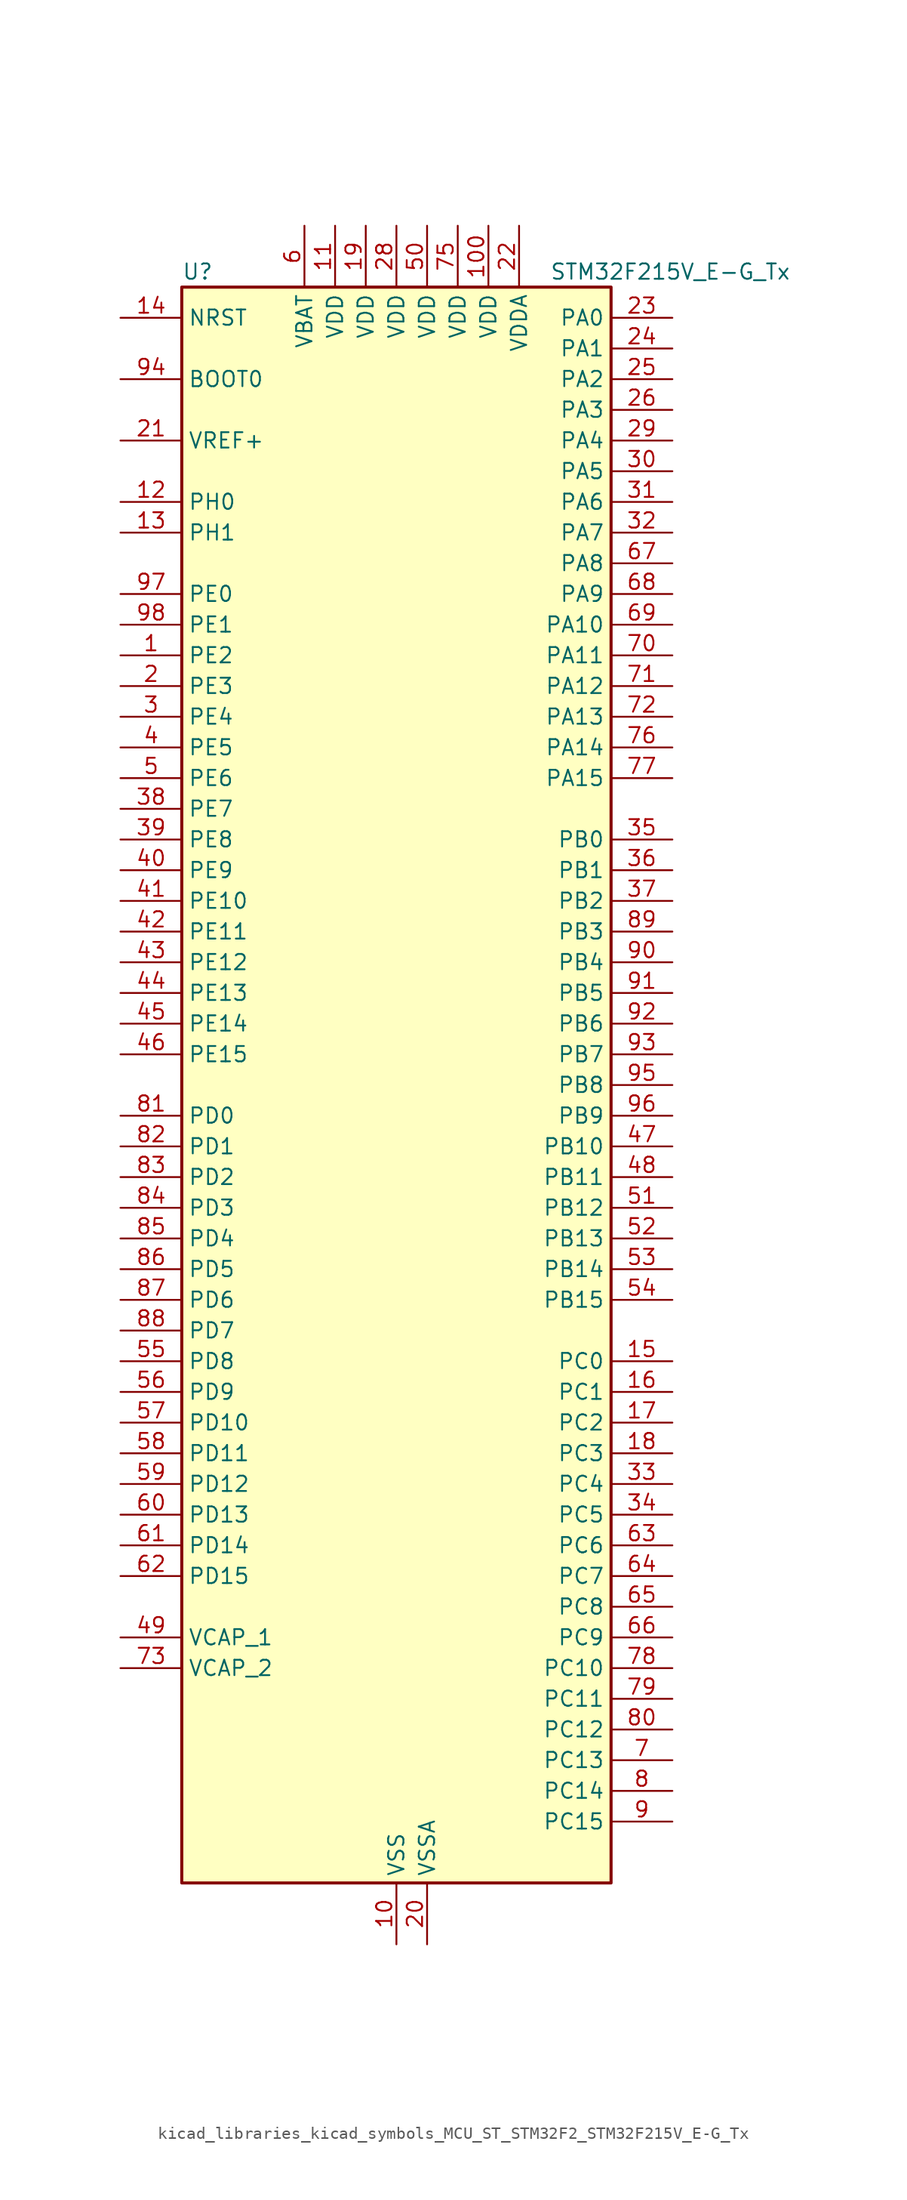
<source format=kicad_sym>
(kicad_symbol_lib
  (version 20220914)
  (generator kicad_symbol_editor)
  (symbol "kicad_libraries_kicad_symbols_MCU_ST_STM32F2_STM32F215V_E-G_Tx"
    (property "Reference" "U"
      (at -17.78 67.31 0)
      (effects (font (size 1.27 1.27)) (justify left)))
    (property "Value" "STM32F215V_E-G_Tx"
      (at 12.7 67.31 0)
      (effects (font (size 1.27 1.27)) (justify left)))
    (property "ki_locked" ""
      (at 0 0 0)
      (effects (font (size 1.27 1.27))))
    (symbol "kicad_libraries_kicad_symbols_MCU_ST_STM32F2_STM32F215V_E-G_Tx_0_1"
      (rectangle (start -17.78 -66.04) (end 17.78 66.04) (stroke (width 0.254) (type default)) (fill (type background))))
    (symbol "kicad_libraries_kicad_symbols_MCU_ST_STM32F2_STM32F215V_E-G_Tx_1_1"
      (pin bidirectional line (at -22.86 35.56 0) (length 5.08) (name "PE2" (effects (font (size 1.27 1.27)))) (number "1" (effects (font (size 1.27 1.27)))) (alternate "FSMC_A23" bidirectional line) (alternate "SYS_TRACECLK" bidirectional line))
      (pin power_in line (at 0 -71.12 90) (length 5.08) (name "VSS" (effects (font (size 1.27 1.27)))) (number "10" (effects (font (size 1.27 1.27)))))
      (pin power_in line (at 7.62 71.12 270) (length 5.08) (name "VDD" (effects (font (size 1.27 1.27)))) (number "100" (effects (font (size 1.27 1.27)))))
      (pin power_in line (at -5.08 71.12 270) (length 5.08) (name "VDD" (effects (font (size 1.27 1.27)))) (number "11" (effects (font (size 1.27 1.27)))))
      (pin bidirectional line (at -22.86 48.26 0) (length 5.08) (name "PH0" (effects (font (size 1.27 1.27)))) (number "12" (effects (font (size 1.27 1.27)))) (alternate "RCC_OSC_IN" bidirectional line))
      (pin bidirectional line (at -22.86 45.72 0) (length 5.08) (name "PH1" (effects (font (size 1.27 1.27)))) (number "13" (effects (font (size 1.27 1.27)))) (alternate "RCC_OSC_OUT" bidirectional line))
      (pin input line (at -22.86 63.5 0) (length 5.08) (name "NRST" (effects (font (size 1.27 1.27)))) (number "14" (effects (font (size 1.27 1.27)))))
      (pin bidirectional line (at 22.86 -22.86 180) (length 5.08) (name "PC0" (effects (font (size 1.27 1.27)))) (number "15" (effects (font (size 1.27 1.27)))) (alternate "ADC1_IN10" bidirectional line) (alternate "ADC2_IN10" bidirectional line) (alternate "ADC3_IN10" bidirectional line) (alternate "USB_OTG_HS_ULPI_STP" bidirectional line))
      (pin bidirectional line (at 22.86 -25.4 180) (length 5.08) (name "PC1" (effects (font (size 1.27 1.27)))) (number "16" (effects (font (size 1.27 1.27)))) (alternate "ADC1_IN11" bidirectional line) (alternate "ADC2_IN11" bidirectional line) (alternate "ADC3_IN11" bidirectional line))
      (pin bidirectional line (at 22.86 -27.94 180) (length 5.08) (name "PC2" (effects (font (size 1.27 1.27)))) (number "17" (effects (font (size 1.27 1.27)))) (alternate "ADC1_IN12" bidirectional line) (alternate "ADC2_IN12" bidirectional line) (alternate "ADC3_IN12" bidirectional line) (alternate "SPI2_MISO" bidirectional line) (alternate "USB_OTG_HS_ULPI_DIR" bidirectional line))
      (pin bidirectional line (at 22.86 -30.48 180) (length 5.08) (name "PC3" (effects (font (size 1.27 1.27)))) (number "18" (effects (font (size 1.27 1.27)))) (alternate "ADC1_IN13" bidirectional line) (alternate "ADC2_IN13" bidirectional line) (alternate "ADC3_IN13" bidirectional line) (alternate "I2S2_SD" bidirectional line) (alternate "SPI2_MOSI" bidirectional line) (alternate "USB_OTG_HS_ULPI_NXT" bidirectional line))
      (pin power_in line (at -2.54 71.12 270) (length 5.08) (name "VDD" (effects (font (size 1.27 1.27)))) (number "19" (effects (font (size 1.27 1.27)))))
      (pin bidirectional line (at -22.86 33.02 0) (length 5.08) (name "PE3" (effects (font (size 1.27 1.27)))) (number "2" (effects (font (size 1.27 1.27)))) (alternate "FSMC_A19" bidirectional line) (alternate "SYS_TRACED0" bidirectional line))
      (pin power_in line (at 2.54 -71.12 90) (length 5.08) (name "VSSA" (effects (font (size 1.27 1.27)))) (number "20" (effects (font (size 1.27 1.27)))))
      (pin input line (at -22.86 53.34 0) (length 5.08) (name "VREF+" (effects (font (size 1.27 1.27)))) (number "21" (effects (font (size 1.27 1.27)))))
      (pin power_in line (at 10.16 71.12 270) (length 5.08) (name "VDDA" (effects (font (size 1.27 1.27)))) (number "22" (effects (font (size 1.27 1.27)))))
      (pin bidirectional line (at 22.86 63.5 180) (length 5.08) (name "PA0" (effects (font (size 1.27 1.27)))) (number "23" (effects (font (size 1.27 1.27)))) (alternate "ADC1_IN0" bidirectional line) (alternate "ADC2_IN0" bidirectional line) (alternate "ADC3_IN0" bidirectional line) (alternate "SYS_WKUP" bidirectional line) (alternate "TIM2_CH1" bidirectional line) (alternate "TIM2_ETR" bidirectional line) (alternate "TIM5_CH1" bidirectional line) (alternate "TIM8_ETR" bidirectional line) (alternate "UART4_TX" bidirectional line) (alternate "USART2_CTS" bidirectional line))
      (pin bidirectional line (at 22.86 60.96 180) (length 5.08) (name "PA1" (effects (font (size 1.27 1.27)))) (number "24" (effects (font (size 1.27 1.27)))) (alternate "ADC1_IN1" bidirectional line) (alternate "ADC2_IN1" bidirectional line) (alternate "ADC3_IN1" bidirectional line) (alternate "TIM2_CH2" bidirectional line) (alternate "TIM5_CH2" bidirectional line) (alternate "UART4_RX" bidirectional line) (alternate "USART2_RTS" bidirectional line))
      (pin bidirectional line (at 22.86 58.42 180) (length 5.08) (name "PA2" (effects (font (size 1.27 1.27)))) (number "25" (effects (font (size 1.27 1.27)))) (alternate "ADC1_IN2" bidirectional line) (alternate "ADC2_IN2" bidirectional line) (alternate "ADC3_IN2" bidirectional line) (alternate "TIM2_CH3" bidirectional line) (alternate "TIM5_CH3" bidirectional line) (alternate "TIM9_CH1" bidirectional line) (alternate "USART2_TX" bidirectional line))
      (pin bidirectional line (at 22.86 55.88 180) (length 5.08) (name "PA3" (effects (font (size 1.27 1.27)))) (number "26" (effects (font (size 1.27 1.27)))) (alternate "ADC1_IN3" bidirectional line) (alternate "ADC2_IN3" bidirectional line) (alternate "ADC3_IN3" bidirectional line) (alternate "TIM2_CH4" bidirectional line) (alternate "TIM5_CH4" bidirectional line) (alternate "TIM9_CH2" bidirectional line) (alternate "USART2_RX" bidirectional line) (alternate "USB_OTG_HS_ULPI_D0" bidirectional line))
      (pin passive line (at 0 -71.12 90) (length 5.08) hide (name "VSS" (effects (font (size 1.27 1.27)))) (number "27" (effects (font (size 1.27 1.27)))))
      (pin power_in line (at 0 71.12 270) (length 5.08) (name "VDD" (effects (font (size 1.27 1.27)))) (number "28" (effects (font (size 1.27 1.27)))))
      (pin bidirectional line (at 22.86 53.34 180) (length 5.08) (name "PA4" (effects (font (size 1.27 1.27)))) (number "29" (effects (font (size 1.27 1.27)))) (alternate "ADC1_IN4" bidirectional line) (alternate "ADC2_IN4" bidirectional line) (alternate "DAC_OUT1" bidirectional line) (alternate "I2S3_WS" bidirectional line) (alternate "SPI1_NSS" bidirectional line) (alternate "SPI3_NSS" bidirectional line) (alternate "USART2_CK" bidirectional line) (alternate "USB_OTG_HS_SOF" bidirectional line))
      (pin bidirectional line (at -22.86 30.48 0) (length 5.08) (name "PE4" (effects (font (size 1.27 1.27)))) (number "3" (effects (font (size 1.27 1.27)))) (alternate "FSMC_A20" bidirectional line) (alternate "SYS_TRACED1" bidirectional line))
      (pin bidirectional line (at 22.86 50.8 180) (length 5.08) (name "PA5" (effects (font (size 1.27 1.27)))) (number "30" (effects (font (size 1.27 1.27)))) (alternate "ADC1_IN5" bidirectional line) (alternate "ADC2_IN5" bidirectional line) (alternate "DAC_OUT2" bidirectional line) (alternate "SPI1_SCK" bidirectional line) (alternate "TIM2_CH1" bidirectional line) (alternate "TIM2_ETR" bidirectional line) (alternate "TIM8_CH1N" bidirectional line) (alternate "USB_OTG_HS_ULPI_CK" bidirectional line))
      (pin bidirectional line (at 22.86 48.26 180) (length 5.08) (name "PA6" (effects (font (size 1.27 1.27)))) (number "31" (effects (font (size 1.27 1.27)))) (alternate "ADC1_IN6" bidirectional line) (alternate "ADC2_IN6" bidirectional line) (alternate "SPI1_MISO" bidirectional line) (alternate "TIM13_CH1" bidirectional line) (alternate "TIM1_BKIN" bidirectional line) (alternate "TIM3_CH1" bidirectional line) (alternate "TIM8_BKIN" bidirectional line))
      (pin bidirectional line (at 22.86 45.72 180) (length 5.08) (name "PA7" (effects (font (size 1.27 1.27)))) (number "32" (effects (font (size 1.27 1.27)))) (alternate "ADC1_IN7" bidirectional line) (alternate "ADC2_IN7" bidirectional line) (alternate "SPI1_MOSI" bidirectional line) (alternate "TIM14_CH1" bidirectional line) (alternate "TIM1_CH1N" bidirectional line) (alternate "TIM3_CH2" bidirectional line) (alternate "TIM8_CH1N" bidirectional line))
      (pin bidirectional line (at 22.86 -33.02 180) (length 5.08) (name "PC4" (effects (font (size 1.27 1.27)))) (number "33" (effects (font (size 1.27 1.27)))) (alternate "ADC1_IN14" bidirectional line) (alternate "ADC2_IN14" bidirectional line))
      (pin bidirectional line (at 22.86 -35.56 180) (length 5.08) (name "PC5" (effects (font (size 1.27 1.27)))) (number "34" (effects (font (size 1.27 1.27)))) (alternate "ADC1_IN15" bidirectional line) (alternate "ADC2_IN15" bidirectional line))
      (pin bidirectional line (at 22.86 20.32 180) (length 5.08) (name "PB0" (effects (font (size 1.27 1.27)))) (number "35" (effects (font (size 1.27 1.27)))) (alternate "ADC1_IN8" bidirectional line) (alternate "ADC2_IN8" bidirectional line) (alternate "TIM1_CH2N" bidirectional line) (alternate "TIM3_CH3" bidirectional line) (alternate "TIM8_CH2N" bidirectional line) (alternate "USB_OTG_HS_ULPI_D1" bidirectional line))
      (pin bidirectional line (at 22.86 17.78 180) (length 5.08) (name "PB1" (effects (font (size 1.27 1.27)))) (number "36" (effects (font (size 1.27 1.27)))) (alternate "ADC1_IN9" bidirectional line) (alternate "ADC2_IN9" bidirectional line) (alternate "TIM1_CH3N" bidirectional line) (alternate "TIM3_CH4" bidirectional line) (alternate "TIM8_CH3N" bidirectional line) (alternate "USB_OTG_HS_ULPI_D2" bidirectional line))
      (pin bidirectional line (at 22.86 15.24 180) (length 5.08) (name "PB2" (effects (font (size 1.27 1.27)))) (number "37" (effects (font (size 1.27 1.27)))))
      (pin bidirectional line (at -22.86 22.86 0) (length 5.08) (name "PE7" (effects (font (size 1.27 1.27)))) (number "38" (effects (font (size 1.27 1.27)))) (alternate "FSMC_D4" bidirectional line) (alternate "FSMC_DA4" bidirectional line) (alternate "TIM1_ETR" bidirectional line))
      (pin bidirectional line (at -22.86 20.32 0) (length 5.08) (name "PE8" (effects (font (size 1.27 1.27)))) (number "39" (effects (font (size 1.27 1.27)))) (alternate "FSMC_D5" bidirectional line) (alternate "FSMC_DA5" bidirectional line) (alternate "TIM1_CH1N" bidirectional line))
      (pin bidirectional line (at -22.86 27.94 0) (length 5.08) (name "PE5" (effects (font (size 1.27 1.27)))) (number "4" (effects (font (size 1.27 1.27)))) (alternate "FSMC_A21" bidirectional line) (alternate "SYS_TRACED2" bidirectional line) (alternate "TIM9_CH1" bidirectional line))
      (pin bidirectional line (at -22.86 17.78 0) (length 5.08) (name "PE9" (effects (font (size 1.27 1.27)))) (number "40" (effects (font (size 1.27 1.27)))) (alternate "DAC_EXTI9" bidirectional line) (alternate "FSMC_D6" bidirectional line) (alternate "FSMC_DA6" bidirectional line) (alternate "TIM1_CH1" bidirectional line))
      (pin bidirectional line (at -22.86 15.24 0) (length 5.08) (name "PE10" (effects (font (size 1.27 1.27)))) (number "41" (effects (font (size 1.27 1.27)))) (alternate "FSMC_D7" bidirectional line) (alternate "FSMC_DA7" bidirectional line) (alternate "TIM1_CH2N" bidirectional line))
      (pin bidirectional line (at -22.86 12.7 0) (length 5.08) (name "PE11" (effects (font (size 1.27 1.27)))) (number "42" (effects (font (size 1.27 1.27)))) (alternate "ADC1_EXTI11" bidirectional line) (alternate "ADC2_EXTI11" bidirectional line) (alternate "ADC3_EXTI11" bidirectional line) (alternate "FSMC_D8" bidirectional line) (alternate "FSMC_DA8" bidirectional line) (alternate "TIM1_CH2" bidirectional line))
      (pin bidirectional line (at -22.86 10.16 0) (length 5.08) (name "PE12" (effects (font (size 1.27 1.27)))) (number "43" (effects (font (size 1.27 1.27)))) (alternate "FSMC_D9" bidirectional line) (alternate "FSMC_DA9" bidirectional line) (alternate "TIM1_CH3N" bidirectional line))
      (pin bidirectional line (at -22.86 7.62 0) (length 5.08) (name "PE13" (effects (font (size 1.27 1.27)))) (number "44" (effects (font (size 1.27 1.27)))) (alternate "FSMC_D10" bidirectional line) (alternate "FSMC_DA10" bidirectional line) (alternate "TIM1_CH3" bidirectional line))
      (pin bidirectional line (at -22.86 5.08 0) (length 5.08) (name "PE14" (effects (font (size 1.27 1.27)))) (number "45" (effects (font (size 1.27 1.27)))) (alternate "FSMC_D11" bidirectional line) (alternate "FSMC_DA11" bidirectional line) (alternate "TIM1_CH4" bidirectional line))
      (pin bidirectional line (at -22.86 2.54 0) (length 5.08) (name "PE15" (effects (font (size 1.27 1.27)))) (number "46" (effects (font (size 1.27 1.27)))) (alternate "ADC1_EXTI15" bidirectional line) (alternate "ADC2_EXTI15" bidirectional line) (alternate "ADC3_EXTI15" bidirectional line) (alternate "FSMC_D12" bidirectional line) (alternate "FSMC_DA12" bidirectional line) (alternate "TIM1_BKIN" bidirectional line))
      (pin bidirectional line (at 22.86 -5.08 180) (length 5.08) (name "PB10" (effects (font (size 1.27 1.27)))) (number "47" (effects (font (size 1.27 1.27)))) (alternate "I2C2_SCL" bidirectional line) (alternate "I2S2_SCK" bidirectional line) (alternate "SPI2_SCK" bidirectional line) (alternate "TIM2_CH3" bidirectional line) (alternate "USART3_TX" bidirectional line) (alternate "USB_OTG_HS_ULPI_D3" bidirectional line))
      (pin bidirectional line (at 22.86 -7.62 180) (length 5.08) (name "PB11" (effects (font (size 1.27 1.27)))) (number "48" (effects (font (size 1.27 1.27)))) (alternate "ADC1_EXTI11" bidirectional line) (alternate "ADC2_EXTI11" bidirectional line) (alternate "ADC3_EXTI11" bidirectional line) (alternate "I2C2_SDA" bidirectional line) (alternate "TIM2_CH4" bidirectional line) (alternate "USART3_RX" bidirectional line) (alternate "USB_OTG_HS_ULPI_D4" bidirectional line))
      (pin power_out line (at -22.86 -45.72 0) (length 5.08) (name "VCAP_1" (effects (font (size 1.27 1.27)))) (number "49" (effects (font (size 1.27 1.27)))))
      (pin bidirectional line (at -22.86 25.4 0) (length 5.08) (name "PE6" (effects (font (size 1.27 1.27)))) (number "5" (effects (font (size 1.27 1.27)))) (alternate "FSMC_A22" bidirectional line) (alternate "SYS_TRACED3" bidirectional line) (alternate "TIM9_CH2" bidirectional line))
      (pin power_in line (at 2.54 71.12 270) (length 5.08) (name "VDD" (effects (font (size 1.27 1.27)))) (number "50" (effects (font (size 1.27 1.27)))))
      (pin bidirectional line (at 22.86 -10.16 180) (length 5.08) (name "PB12" (effects (font (size 1.27 1.27)))) (number "51" (effects (font (size 1.27 1.27)))) (alternate "CAN2_RX" bidirectional line) (alternate "I2C2_SMBA" bidirectional line) (alternate "I2S2_WS" bidirectional line) (alternate "SPI2_NSS" bidirectional line) (alternate "TIM1_BKIN" bidirectional line) (alternate "USART3_CK" bidirectional line) (alternate "USB_OTG_HS_ID" bidirectional line) (alternate "USB_OTG_HS_ULPI_D5" bidirectional line))
      (pin bidirectional line (at 22.86 -12.7 180) (length 5.08) (name "PB13" (effects (font (size 1.27 1.27)))) (number "52" (effects (font (size 1.27 1.27)))) (alternate "CAN2_TX" bidirectional line) (alternate "I2S2_SCK" bidirectional line) (alternate "SPI2_SCK" bidirectional line) (alternate "TIM1_CH1N" bidirectional line) (alternate "USART3_CTS" bidirectional line) (alternate "USB_OTG_HS_ULPI_D6" bidirectional line) (alternate "USB_OTG_HS_VBUS" bidirectional line))
      (pin bidirectional line (at 22.86 -15.24 180) (length 5.08) (name "PB14" (effects (font (size 1.27 1.27)))) (number "53" (effects (font (size 1.27 1.27)))) (alternate "SPI2_MISO" bidirectional line) (alternate "TIM12_CH1" bidirectional line) (alternate "TIM1_CH2N" bidirectional line) (alternate "TIM8_CH2N" bidirectional line) (alternate "USART3_RTS" bidirectional line) (alternate "USB_OTG_HS_DM" bidirectional line))
      (pin bidirectional line (at 22.86 -17.78 180) (length 5.08) (name "PB15" (effects (font (size 1.27 1.27)))) (number "54" (effects (font (size 1.27 1.27)))) (alternate "ADC1_EXTI15" bidirectional line) (alternate "ADC2_EXTI15" bidirectional line) (alternate "ADC3_EXTI15" bidirectional line) (alternate "I2S2_SD" bidirectional line) (alternate "RTC_REFIN" bidirectional line) (alternate "SPI2_MOSI" bidirectional line) (alternate "TIM12_CH2" bidirectional line) (alternate "TIM1_CH3N" bidirectional line) (alternate "TIM8_CH3N" bidirectional line) (alternate "USB_OTG_HS_DP" bidirectional line))
      (pin bidirectional line (at -22.86 -22.86 0) (length 5.08) (name "PD8" (effects (font (size 1.27 1.27)))) (number "55" (effects (font (size 1.27 1.27)))) (alternate "FSMC_D13" bidirectional line) (alternate "FSMC_DA13" bidirectional line) (alternate "USART3_TX" bidirectional line))
      (pin bidirectional line (at -22.86 -25.4 0) (length 5.08) (name "PD9" (effects (font (size 1.27 1.27)))) (number "56" (effects (font (size 1.27 1.27)))) (alternate "DAC_EXTI9" bidirectional line) (alternate "FSMC_D14" bidirectional line) (alternate "FSMC_DA14" bidirectional line) (alternate "USART3_RX" bidirectional line))
      (pin bidirectional line (at -22.86 -27.94 0) (length 5.08) (name "PD10" (effects (font (size 1.27 1.27)))) (number "57" (effects (font (size 1.27 1.27)))) (alternate "FSMC_D15" bidirectional line) (alternate "FSMC_DA15" bidirectional line) (alternate "USART3_CK" bidirectional line))
      (pin bidirectional line (at -22.86 -30.48 0) (length 5.08) (name "PD11" (effects (font (size 1.27 1.27)))) (number "58" (effects (font (size 1.27 1.27)))) (alternate "ADC1_EXTI11" bidirectional line) (alternate "ADC2_EXTI11" bidirectional line) (alternate "ADC3_EXTI11" bidirectional line) (alternate "FSMC_A16" bidirectional line) (alternate "FSMC_CLE" bidirectional line) (alternate "USART3_CTS" bidirectional line))
      (pin bidirectional line (at -22.86 -33.02 0) (length 5.08) (name "PD12" (effects (font (size 1.27 1.27)))) (number "59" (effects (font (size 1.27 1.27)))) (alternate "FSMC_A17" bidirectional line) (alternate "FSMC_ALE" bidirectional line) (alternate "TIM4_CH1" bidirectional line) (alternate "USART3_RTS" bidirectional line))
      (pin power_in line (at -7.62 71.12 270) (length 5.08) (name "VBAT" (effects (font (size 1.27 1.27)))) (number "6" (effects (font (size 1.27 1.27)))))
      (pin bidirectional line (at -22.86 -35.56 0) (length 5.08) (name "PD13" (effects (font (size 1.27 1.27)))) (number "60" (effects (font (size 1.27 1.27)))) (alternate "FSMC_A18" bidirectional line) (alternate "TIM4_CH2" bidirectional line))
      (pin bidirectional line (at -22.86 -38.1 0) (length 5.08) (name "PD14" (effects (font (size 1.27 1.27)))) (number "61" (effects (font (size 1.27 1.27)))) (alternate "FSMC_D0" bidirectional line) (alternate "FSMC_DA0" bidirectional line) (alternate "TIM4_CH3" bidirectional line))
      (pin bidirectional line (at -22.86 -40.64 0) (length 5.08) (name "PD15" (effects (font (size 1.27 1.27)))) (number "62" (effects (font (size 1.27 1.27)))) (alternate "ADC1_EXTI15" bidirectional line) (alternate "ADC2_EXTI15" bidirectional line) (alternate "ADC3_EXTI15" bidirectional line) (alternate "FSMC_D1" bidirectional line) (alternate "FSMC_DA1" bidirectional line) (alternate "TIM4_CH4" bidirectional line))
      (pin bidirectional line (at 22.86 -38.1 180) (length 5.08) (name "PC6" (effects (font (size 1.27 1.27)))) (number "63" (effects (font (size 1.27 1.27)))) (alternate "I2S2_MCK" bidirectional line) (alternate "SDIO_D6" bidirectional line) (alternate "TIM3_CH1" bidirectional line) (alternate "TIM8_CH1" bidirectional line) (alternate "USART6_TX" bidirectional line))
      (pin bidirectional line (at 22.86 -40.64 180) (length 5.08) (name "PC7" (effects (font (size 1.27 1.27)))) (number "64" (effects (font (size 1.27 1.27)))) (alternate "I2S3_MCK" bidirectional line) (alternate "SDIO_D7" bidirectional line) (alternate "TIM3_CH2" bidirectional line) (alternate "TIM8_CH2" bidirectional line) (alternate "USART6_RX" bidirectional line))
      (pin bidirectional line (at 22.86 -43.18 180) (length 5.08) (name "PC8" (effects (font (size 1.27 1.27)))) (number "65" (effects (font (size 1.27 1.27)))) (alternate "SDIO_D0" bidirectional line) (alternate "TIM3_CH3" bidirectional line) (alternate "TIM8_CH3" bidirectional line) (alternate "USART6_CK" bidirectional line))
      (pin bidirectional line (at 22.86 -45.72 180) (length 5.08) (name "PC9" (effects (font (size 1.27 1.27)))) (number "66" (effects (font (size 1.27 1.27)))) (alternate "DAC_EXTI9" bidirectional line) (alternate "I2C3_SDA" bidirectional line) (alternate "I2S_CKIN" bidirectional line) (alternate "RCC_MCO_2" bidirectional line) (alternate "SDIO_D1" bidirectional line) (alternate "TIM3_CH4" bidirectional line) (alternate "TIM8_CH4" bidirectional line))
      (pin bidirectional line (at 22.86 43.18 180) (length 5.08) (name "PA8" (effects (font (size 1.27 1.27)))) (number "67" (effects (font (size 1.27 1.27)))) (alternate "I2C3_SCL" bidirectional line) (alternate "RCC_MCO_1" bidirectional line) (alternate "TIM1_CH1" bidirectional line) (alternate "USART1_CK" bidirectional line) (alternate "USB_OTG_FS_SOF" bidirectional line))
      (pin bidirectional line (at 22.86 40.64 180) (length 5.08) (name "PA9" (effects (font (size 1.27 1.27)))) (number "68" (effects (font (size 1.27 1.27)))) (alternate "DAC_EXTI9" bidirectional line) (alternate "I2C3_SMBA" bidirectional line) (alternate "TIM1_CH2" bidirectional line) (alternate "USART1_TX" bidirectional line) (alternate "USB_OTG_FS_VBUS" bidirectional line))
      (pin bidirectional line (at 22.86 38.1 180) (length 5.08) (name "PA10" (effects (font (size 1.27 1.27)))) (number "69" (effects (font (size 1.27 1.27)))) (alternate "TIM1_CH3" bidirectional line) (alternate "USART1_RX" bidirectional line) (alternate "USB_OTG_FS_ID" bidirectional line))
      (pin bidirectional line (at 22.86 -55.88 180) (length 5.08) (name "PC13" (effects (font (size 1.27 1.27)))) (number "7" (effects (font (size 1.27 1.27)))) (alternate "RTC_AF1" bidirectional line))
      (pin bidirectional line (at 22.86 35.56 180) (length 5.08) (name "PA11" (effects (font (size 1.27 1.27)))) (number "70" (effects (font (size 1.27 1.27)))) (alternate "ADC1_EXTI11" bidirectional line) (alternate "ADC2_EXTI11" bidirectional line) (alternate "ADC3_EXTI11" bidirectional line) (alternate "CAN1_RX" bidirectional line) (alternate "TIM1_CH4" bidirectional line) (alternate "USART1_CTS" bidirectional line) (alternate "USB_OTG_FS_DM" bidirectional line))
      (pin bidirectional line (at 22.86 33.02 180) (length 5.08) (name "PA12" (effects (font (size 1.27 1.27)))) (number "71" (effects (font (size 1.27 1.27)))) (alternate "CAN1_TX" bidirectional line) (alternate "TIM1_ETR" bidirectional line) (alternate "USART1_RTS" bidirectional line) (alternate "USB_OTG_FS_DP" bidirectional line))
      (pin bidirectional line (at 22.86 30.48 180) (length 5.08) (name "PA13" (effects (font (size 1.27 1.27)))) (number "72" (effects (font (size 1.27 1.27)))) (alternate "SYS_JTMS-SWDIO" bidirectional line))
      (pin power_out line (at -22.86 -48.26 0) (length 5.08) (name "VCAP_2" (effects (font (size 1.27 1.27)))) (number "73" (effects (font (size 1.27 1.27)))))
      (pin passive line (at 0 -71.12 90) (length 5.08) hide (name "VSS" (effects (font (size 1.27 1.27)))) (number "74" (effects (font (size 1.27 1.27)))))
      (pin power_in line (at 5.08 71.12 270) (length 5.08) (name "VDD" (effects (font (size 1.27 1.27)))) (number "75" (effects (font (size 1.27 1.27)))))
      (pin bidirectional line (at 22.86 27.94 180) (length 5.08) (name "PA14" (effects (font (size 1.27 1.27)))) (number "76" (effects (font (size 1.27 1.27)))) (alternate "SYS_JTCK-SWCLK" bidirectional line))
      (pin bidirectional line (at 22.86 25.4 180) (length 5.08) (name "PA15" (effects (font (size 1.27 1.27)))) (number "77" (effects (font (size 1.27 1.27)))) (alternate "ADC1_EXTI15" bidirectional line) (alternate "ADC2_EXTI15" bidirectional line) (alternate "ADC3_EXTI15" bidirectional line) (alternate "I2S3_WS" bidirectional line) (alternate "SPI1_NSS" bidirectional line) (alternate "SPI3_NSS" bidirectional line) (alternate "SYS_JTDI" bidirectional line) (alternate "TIM2_CH1" bidirectional line) (alternate "TIM2_ETR" bidirectional line))
      (pin bidirectional line (at 22.86 -48.26 180) (length 5.08) (name "PC10" (effects (font (size 1.27 1.27)))) (number "78" (effects (font (size 1.27 1.27)))) (alternate "I2S3_SCK" bidirectional line) (alternate "SDIO_D2" bidirectional line) (alternate "SPI3_SCK" bidirectional line) (alternate "UART4_TX" bidirectional line) (alternate "USART3_TX" bidirectional line))
      (pin bidirectional line (at 22.86 -50.8 180) (length 5.08) (name "PC11" (effects (font (size 1.27 1.27)))) (number "79" (effects (font (size 1.27 1.27)))) (alternate "ADC1_EXTI11" bidirectional line) (alternate "ADC2_EXTI11" bidirectional line) (alternate "ADC3_EXTI11" bidirectional line) (alternate "SDIO_D3" bidirectional line) (alternate "SPI3_MISO" bidirectional line) (alternate "UART4_RX" bidirectional line) (alternate "USART3_RX" bidirectional line))
      (pin bidirectional line (at 22.86 -58.42 180) (length 5.08) (name "PC14" (effects (font (size 1.27 1.27)))) (number "8" (effects (font (size 1.27 1.27)))) (alternate "RCC_OSC32_IN" bidirectional line))
      (pin bidirectional line (at 22.86 -53.34 180) (length 5.08) (name "PC12" (effects (font (size 1.27 1.27)))) (number "80" (effects (font (size 1.27 1.27)))) (alternate "I2S3_SD" bidirectional line) (alternate "SDIO_CK" bidirectional line) (alternate "SPI3_MOSI" bidirectional line) (alternate "UART5_TX" bidirectional line) (alternate "USART3_CK" bidirectional line))
      (pin bidirectional line (at -22.86 -2.54 0) (length 5.08) (name "PD0" (effects (font (size 1.27 1.27)))) (number "81" (effects (font (size 1.27 1.27)))) (alternate "CAN1_RX" bidirectional line) (alternate "FSMC_D2" bidirectional line) (alternate "FSMC_DA2" bidirectional line))
      (pin bidirectional line (at -22.86 -5.08 0) (length 5.08) (name "PD1" (effects (font (size 1.27 1.27)))) (number "82" (effects (font (size 1.27 1.27)))) (alternate "CAN1_TX" bidirectional line) (alternate "FSMC_D3" bidirectional line) (alternate "FSMC_DA3" bidirectional line))
      (pin bidirectional line (at -22.86 -7.62 0) (length 5.08) (name "PD2" (effects (font (size 1.27 1.27)))) (number "83" (effects (font (size 1.27 1.27)))) (alternate "SDIO_CMD" bidirectional line) (alternate "TIM3_ETR" bidirectional line) (alternate "UART5_RX" bidirectional line))
      (pin bidirectional line (at -22.86 -10.16 0) (length 5.08) (name "PD3" (effects (font (size 1.27 1.27)))) (number "84" (effects (font (size 1.27 1.27)))) (alternate "FSMC_CLK" bidirectional line) (alternate "USART2_CTS" bidirectional line))
      (pin bidirectional line (at -22.86 -12.7 0) (length 5.08) (name "PD4" (effects (font (size 1.27 1.27)))) (number "85" (effects (font (size 1.27 1.27)))) (alternate "FSMC_NOE" bidirectional line) (alternate "USART2_RTS" bidirectional line))
      (pin bidirectional line (at -22.86 -15.24 0) (length 5.08) (name "PD5" (effects (font (size 1.27 1.27)))) (number "86" (effects (font (size 1.27 1.27)))) (alternate "FSMC_NWE" bidirectional line) (alternate "USART2_TX" bidirectional line))
      (pin bidirectional line (at -22.86 -17.78 0) (length 5.08) (name "PD6" (effects (font (size 1.27 1.27)))) (number "87" (effects (font (size 1.27 1.27)))) (alternate "FSMC_NWAIT" bidirectional line) (alternate "USART2_RX" bidirectional line))
      (pin bidirectional line (at -22.86 -20.32 0) (length 5.08) (name "PD7" (effects (font (size 1.27 1.27)))) (number "88" (effects (font (size 1.27 1.27)))) (alternate "FSMC_NCE2" bidirectional line) (alternate "FSMC_NE1" bidirectional line) (alternate "USART2_CK" bidirectional line))
      (pin bidirectional line (at 22.86 12.7 180) (length 5.08) (name "PB3" (effects (font (size 1.27 1.27)))) (number "89" (effects (font (size 1.27 1.27)))) (alternate "I2S3_SCK" bidirectional line) (alternate "SPI1_SCK" bidirectional line) (alternate "SPI3_SCK" bidirectional line) (alternate "SYS_JTDO-SWO" bidirectional line) (alternate "TIM2_CH2" bidirectional line))
      (pin bidirectional line (at 22.86 -60.96 180) (length 5.08) (name "PC15" (effects (font (size 1.27 1.27)))) (number "9" (effects (font (size 1.27 1.27)))) (alternate "ADC1_EXTI15" bidirectional line) (alternate "ADC2_EXTI15" bidirectional line) (alternate "ADC3_EXTI15" bidirectional line) (alternate "RCC_OSC32_OUT" bidirectional line))
      (pin bidirectional line (at 22.86 10.16 180) (length 5.08) (name "PB4" (effects (font (size 1.27 1.27)))) (number "90" (effects (font (size 1.27 1.27)))) (alternate "SPI1_MISO" bidirectional line) (alternate "SPI3_MISO" bidirectional line) (alternate "SYS_JTRST" bidirectional line) (alternate "TIM3_CH1" bidirectional line))
      (pin bidirectional line (at 22.86 7.62 180) (length 5.08) (name "PB5" (effects (font (size 1.27 1.27)))) (number "91" (effects (font (size 1.27 1.27)))) (alternate "CAN2_RX" bidirectional line) (alternate "I2C1_SMBA" bidirectional line) (alternate "I2S3_SD" bidirectional line) (alternate "SPI1_MOSI" bidirectional line) (alternate "SPI3_MOSI" bidirectional line) (alternate "TIM3_CH2" bidirectional line) (alternate "USB_OTG_HS_ULPI_D7" bidirectional line))
      (pin bidirectional line (at 22.86 5.08 180) (length 5.08) (name "PB6" (effects (font (size 1.27 1.27)))) (number "92" (effects (font (size 1.27 1.27)))) (alternate "CAN2_TX" bidirectional line) (alternate "I2C1_SCL" bidirectional line) (alternate "TIM4_CH1" bidirectional line) (alternate "USART1_TX" bidirectional line))
      (pin bidirectional line (at 22.86 2.54 180) (length 5.08) (name "PB7" (effects (font (size 1.27 1.27)))) (number "93" (effects (font (size 1.27 1.27)))) (alternate "FSMC_NL" bidirectional line) (alternate "I2C1_SDA" bidirectional line) (alternate "TIM4_CH2" bidirectional line) (alternate "USART1_RX" bidirectional line))
      (pin input line (at -22.86 58.42 0) (length 5.08) (name "BOOT0" (effects (font (size 1.27 1.27)))) (number "94" (effects (font (size 1.27 1.27)))))
      (pin bidirectional line (at 22.86 0 180) (length 5.08) (name "PB8" (effects (font (size 1.27 1.27)))) (number "95" (effects (font (size 1.27 1.27)))) (alternate "CAN1_RX" bidirectional line) (alternate "I2C1_SCL" bidirectional line) (alternate "SDIO_D4" bidirectional line) (alternate "TIM10_CH1" bidirectional line) (alternate "TIM4_CH3" bidirectional line))
      (pin bidirectional line (at 22.86 -2.54 180) (length 5.08) (name "PB9" (effects (font (size 1.27 1.27)))) (number "96" (effects (font (size 1.27 1.27)))) (alternate "CAN1_TX" bidirectional line) (alternate "DAC_EXTI9" bidirectional line) (alternate "I2C1_SDA" bidirectional line) (alternate "I2S2_WS" bidirectional line) (alternate "SDIO_D5" bidirectional line) (alternate "SPI2_NSS" bidirectional line) (alternate "TIM11_CH1" bidirectional line) (alternate "TIM4_CH4" bidirectional line))
      (pin bidirectional line (at -22.86 40.64 0) (length 5.08) (name "PE0" (effects (font (size 1.27 1.27)))) (number "97" (effects (font (size 1.27 1.27)))) (alternate "FSMC_NBL0" bidirectional line) (alternate "TIM4_ETR" bidirectional line))
      (pin bidirectional line (at -22.86 38.1 0) (length 5.08) (name "PE1" (effects (font (size 1.27 1.27)))) (number "98" (effects (font (size 1.27 1.27)))) (alternate "FSMC_NBL1" bidirectional line))
      (pin no_connect line (at -17.78 -66.04 0) (length 5.08) hide (name "RFU" (effects (font (size 1.27 1.27)))) (number "99" (effects (font (size 1.27 1.27))))))))
</source>
